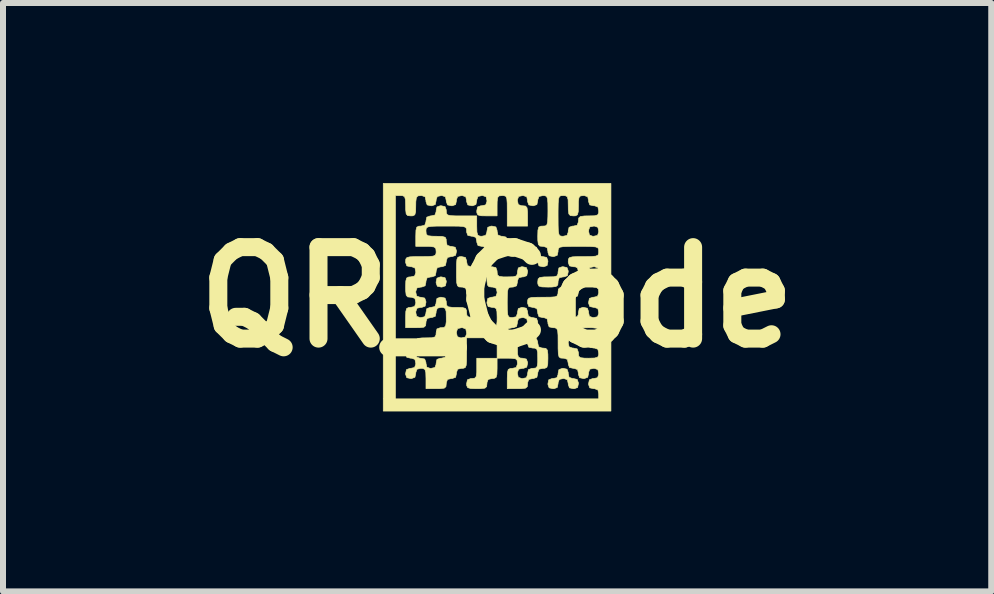
<source format=kicad_pcb>
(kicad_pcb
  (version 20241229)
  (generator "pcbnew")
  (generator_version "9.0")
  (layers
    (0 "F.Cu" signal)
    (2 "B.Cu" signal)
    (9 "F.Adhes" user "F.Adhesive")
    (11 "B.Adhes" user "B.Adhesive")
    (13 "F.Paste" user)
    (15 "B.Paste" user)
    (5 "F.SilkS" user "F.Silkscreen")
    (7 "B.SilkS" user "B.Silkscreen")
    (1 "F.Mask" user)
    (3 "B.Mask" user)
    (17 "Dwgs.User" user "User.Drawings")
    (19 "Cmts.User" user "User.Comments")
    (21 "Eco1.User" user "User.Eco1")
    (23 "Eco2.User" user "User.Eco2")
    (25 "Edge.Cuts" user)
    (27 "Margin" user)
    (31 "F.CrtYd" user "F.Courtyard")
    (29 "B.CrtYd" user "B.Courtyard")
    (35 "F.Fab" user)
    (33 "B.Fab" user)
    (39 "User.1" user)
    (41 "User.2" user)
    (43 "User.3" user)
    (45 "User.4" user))
  (footprint "QR_Code"
    (layer "F.Cu")
    (at 5.232 1.902)
    (property "Reference" "QR_Code" (at 0 0 0) (layer "F.SilkS") (effects (font (size 1.524 1.524) (thickness 0.3))))
    (attr through_hole)
    (fp_poly (pts (xy -0.867 -0.325) (xy -0.847 -0.27) (xy -0.847 -0.254) (xy -0.861 -0.19) (xy -0.916 -0.17) (xy -0.931 -0.169) (xy -0.996 -0.183) (xy -1.016 -0.238) (xy -1.016 -0.254) (xy -1.002 -0.318) (xy -0.947 -0.338) (xy -0.931 -0.339) (xy -0.867 -0.325)) (stroke (width 0.01) (type solid)) (fill yes) (layer "F.SilkS"))
    (fp_poly (pts (xy 0.657 -0.833) (xy 0.677 -0.778) (xy 0.677 -0.762) (xy 0.691 -0.698) (xy 0.746 -0.678) (xy 0.762 -0.677) (xy 0.826 -0.663) (xy 0.846 -0.608) (xy 0.847 -0.593) (xy 0.833 -0.528) (xy 0.778 -0.508) (xy 0.762 -0.508) (xy 0.698 -0.522) (xy 0.678 -0.577) (xy 0.677 -0.593) (xy 0.663 -0.657) (xy 0.608 -0.677) (xy 0.593 -0.677) (xy 0.528 -0.691) (xy 0.508 -0.746) (xy 0.508 -0.762) (xy 0.522 -0.826) (xy 0.577 -0.846) (xy 0.593 -0.847) (xy 0.657 -0.833)) (stroke (width 0.01) (type solid)) (fill yes) (layer "F.SilkS"))
    (fp_poly (pts (xy 0 1.185) (xy -0.003 1.286) (xy -0.017 1.336) (xy -0.051 1.353) (xy -0.085 1.355) (xy -0.149 1.369) (xy -0.169 1.424) (xy -0.169 1.439) (xy -0.175 1.49) (xy -0.203 1.515) (xy -0.271 1.523) (xy -0.339 1.524) (xy -0.439 1.521) (xy -0.489 1.507) (xy -0.506 1.473) (xy -0.508 1.439) (xy -0.494 1.375) (xy -0.439 1.355) (xy -0.423 1.355) (xy -0.373 1.349) (xy -0.348 1.321) (xy -0.339 1.253) (xy -0.339 1.185) (xy -0.339 1.016) (xy 0 1.016) (xy 0 1.185)) (stroke (width 0.01) (type solid)) (fill yes) (layer "F.SilkS"))
    (fp_poly (pts (xy 1.165 -0.494) (xy 1.185 -0.439) (xy 1.185 -0.423) (xy 1.171 -0.359) (xy 1.116 -0.339) (xy 1.101 -0.339) (xy 1.036 -0.325) (xy 1.016 -0.27) (xy 1.016 -0.254) (xy 1.011 -0.204) (xy 0.982 -0.179) (xy 0.915 -0.17) (xy 0.847 -0.169) (xy 0.746 -0.172) (xy 0.696 -0.186) (xy 0.679 -0.22) (xy 0.677 -0.254) (xy 0.683 -0.304) (xy 0.711 -0.329) (xy 0.779 -0.338) (xy 0.847 -0.339) (xy 0.947 -0.341) (xy 0.997 -0.355) (xy 1.014 -0.389) (xy 1.016 -0.423) (xy 1.03 -0.488) (xy 1.085 -0.508) (xy 1.101 -0.508) (xy 1.165 -0.494)) (stroke (width 0.01) (type solid)) (fill yes) (layer "F.SilkS"))
    (fp_poly (pts (xy -0.528 -0.663) (xy -0.508 -0.608) (xy -0.508 -0.593) (xy -0.494 -0.528) (xy -0.439 -0.508) (xy -0.423 -0.508) (xy -0.38 -0.505) (xy -0.355 -0.486) (xy -0.343 -0.437) (xy -0.339 -0.343) (xy -0.339 -0.254) (xy -0.34 -0.125) (xy -0.346 -0.049) (xy -0.362 -0.013) (xy -0.394 -0.001) (xy -0.423 0) (xy -0.488 -0.014) (xy -0.508 -0.069) (xy -0.508 -0.085) (xy -0.522 -0.149) (xy -0.577 -0.169) (xy -0.593 -0.169) (xy -0.636 -0.172) (xy -0.661 -0.192) (xy -0.673 -0.241) (xy -0.677 -0.334) (xy -0.677 -0.423) (xy -0.676 -0.553) (xy -0.67 -0.628) (xy -0.654 -0.665) (xy -0.622 -0.676) (xy -0.593 -0.677) (xy -0.528 -0.663)) (stroke (width 0.01) (type solid)) (fill yes) (layer "F.SilkS"))
    (fp_poly (pts (xy 1.165 1.199) (xy 1.185 1.254) (xy 1.185 1.27) (xy 1.199 1.334) (xy 1.254 1.354) (xy 1.27 1.355) (xy 1.334 1.369) (xy 1.354 1.424) (xy 1.355 1.439) (xy 1.341 1.504) (xy 1.286 1.524) (xy 1.27 1.524) (xy 1.206 1.51) (xy 1.186 1.455) (xy 1.185 1.439) (xy 1.171 1.375) (xy 1.116 1.355) (xy 1.101 1.355) (xy 1.036 1.369) (xy 1.016 1.424) (xy 1.016 1.439) (xy 1.002 1.504) (xy 0.947 1.524) (xy 0.931 1.524) (xy 0.867 1.51) (xy 0.847 1.455) (xy 0.847 1.439) (xy 0.861 1.375) (xy 0.916 1.355) (xy 0.931 1.355) (xy 0.996 1.341) (xy 1.016 1.286) (xy 1.016 1.27) (xy 1.03 1.206) (xy 1.085 1.186) (xy 1.101 1.185) (xy 1.165 1.199)) (stroke (width 0.01) (type solid)) (fill yes) (layer "F.SilkS"))
    (fp_poly (pts (xy 1.897 1.897) (xy -1.897 1.897) (xy -1.897 -1.693) (xy -1.693 -1.693) (xy -1.693 1.693) (xy 1.693 1.693) (xy 1.693 1.609) (xy 1.679 1.544) (xy 1.624 1.524) (xy 1.609 1.524) (xy 1.544 1.51) (xy 1.524 1.455) (xy 1.524 1.439) (xy 1.538 1.375) (xy 1.593 1.355) (xy 1.609 1.355) (xy 1.673 1.341) (xy 1.693 1.286) (xy 1.693 1.27) (xy 1.679 1.206) (xy 1.624 1.186) (xy 1.609 1.185) (xy 1.544 1.199) (xy 1.524 1.254) (xy 1.524 1.27) (xy 1.51 1.334) (xy 1.455 1.354) (xy 1.439 1.355) (xy 1.375 1.341) (xy 1.355 1.286) (xy 1.355 1.27) (xy 1.341 1.206) (xy 1.286 1.186) (xy 1.27 1.185) (xy 1.206 1.171) (xy 1.186 1.116) (xy 1.185 1.101) (xy 1.171 1.036) (xy 1.116 1.016) (xy 1.101 1.016) (xy 1.058 1.013) (xy 1.032 0.994) (xy 1.02 0.945) (xy 1.016 0.851) (xy 1.016 0.762) (xy 1.185 0.762) (xy 1.199 0.826) (xy 1.254 0.846) (xy 1.27 0.847) (xy 1.334 0.861) (xy 1.354 0.916) (xy 1.355 0.931) (xy 1.36 0.982) (xy 1.388 1.007) (xy 1.456 1.015) (xy 1.524 1.016) (xy 1.624 1.013) (xy 1.675 0.999) (xy 1.692 0.965) (xy 1.693 0.931) (xy 1.679 0.867) (xy 1.624 0.847) (xy 1.609 0.847) (xy 1.544 0.833) (xy 1.524 0.778) (xy 1.524 0.762) (xy 1.538 0.698) (xy 1.593 0.678) (xy 1.609 0.677) (xy 1.673 0.663) (xy 1.693 0.608) (xy 1.693 0.593) (xy 1.688 0.542) (xy 1.66 0.517) (xy 1.592 0.509) (xy 1.524 0.508) (xy 1.424 0.511) (xy 1.373 0.525) (xy 1.356 0.559) (xy 1.355 0.593) (xy 1.341 0.657) (xy 1.286 0.677) (xy 1.27 0.677) (xy 1.206 0.691) (xy 1.186 0.746) (xy 1.185 0.762) (xy 1.016 0.762) (xy 1.015 0.633) (xy 1.009 0.557) (xy 0.992 0.521) (xy 0.961 0.509) (xy 0.931 0.508) (xy 0.867 0.494) (xy 0.847 0.439) (xy 0.847 0.423) (xy 0.833 0.359) (xy 0.778 0.339) (xy 0.762 0.339) (xy 0.698 0.325) (xy 0.678 0.27) (xy 0.677 0.254) (xy 0.663 0.19) (xy 0.608 0.17) (xy 0.593 0.169) (xy 0.528 0.155) (xy 0.508 0.1) (xy 0.508 0.085) (xy 0.511 0.042) (xy 0.53 0.016) (xy 0.579 0.004) (xy 0.673 0.000311) (xy 0.762 0) (xy 0.891 -0.001) (xy 0.967 -0.007) (xy 1.003 -0.024) (xy 1.015 -0.055) (xy 1.016 -0.085) (xy 1.021 -0.135) (xy 1.05 -0.16) (xy 1.117 -0.169) (xy 1.185 -0.169) (xy 1.286 -0.167) (xy 1.336 -0.153) (xy 1.353 -0.119) (xy 1.355 -0.085) (xy 1.341 -0.02) (xy 1.286 -0.000358) (xy 1.27 0) (xy 1.206 0.014) (xy 1.186 0.069) (xy 1.185 0.085) (xy 1.171 0.149) (xy 1.116 0.169) (xy 1.101 0.169) (xy 1.036 0.183) (xy 1.016 0.238) (xy 1.016 0.254) (xy 1.021 0.304) (xy 1.05 0.329) (xy 1.117 0.338) (xy 1.185 0.339) (xy 1.286 0.336) (xy 1.336 0.322) (xy 1.353 0.288) (xy 1.355 0.254) (xy 1.369 0.19) (xy 1.424 0.17) (xy 1.439 0.169) (xy 1.504 0.183) (xy 1.524 0.238) (xy 1.524 0.254) (xy 1.538 0.318) (xy 1.593 0.338) (xy 1.609 0.339) (xy 1.673 0.325) (xy 1.693 0.27) (xy 1.693 0.254) (xy 1.679 0.19) (xy 1.624 0.17) (xy 1.609 0.169) (xy 1.544 0.155) (xy 1.524 0.1) (xy 1.524 0.085) (xy 1.538 0.02) (xy 1.593 0.000357) (xy 1.609 0) (xy 1.673 -0.014) (xy 1.693 -0.069) (xy 1.693 -0.085) (xy 1.688 -0.135) (xy 1.66 -0.16) (xy 1.592 -0.169) (xy 1.524 -0.169) (xy 1.355 -0.169) (xy 1.355 -0.339) (xy 1.352 -0.423) (xy 1.524 -0.423) (xy 1.538 -0.359) (xy 1.593 -0.339) (xy 1.609 -0.339) (xy 1.673 -0.353) (xy 1.693 -0.408) (xy 1.693 -0.423) (xy 1.679 -0.488) (xy 1.624 -0.508) (xy 1.609 -0.508) (xy 1.544 -0.494) (xy 1.524 -0.439) (xy 1.524 -0.423) (xy 1.352 -0.423) (xy 1.352 -0.439) (xy 1.338 -0.489) (xy 1.304 -0.506) (xy 1.27 -0.508) (xy 1.206 -0.522) (xy 1.186 -0.577) (xy 1.185 -0.593) (xy 1.188 -0.636) (xy 1.208 -0.661) (xy 1.257 -0.673) (xy 1.35 -0.677) (xy 1.439 -0.677) (xy 1.569 -0.678) (xy 1.644 -0.685) (xy 1.681 -0.701) (xy 1.692 -0.732) (xy 1.693 -0.762) (xy 1.691 -0.8) (xy 1.677 -0.825) (xy 1.638 -0.839) (xy 1.561 -0.845) (xy 1.436 -0.847) (xy 1.355 -0.847) (xy 1.201 -0.846) (xy 1.103 -0.843) (xy 1.047 -0.833) (xy 1.023 -0.814) (xy 1.016 -0.782) (xy 1.016 -0.762) (xy 1.002 -0.698) (xy 0.947 -0.678) (xy 0.931 -0.677) (xy 0.867 -0.691) (xy 0.847 -0.746) (xy 0.847 -0.762) (xy 0.833 -0.826) (xy 0.778 -0.846) (xy 0.762 -0.847) (xy 0.712 -0.852) (xy 0.687 -0.88) (xy 0.678 -0.948) (xy 0.677 -1.016) (xy 0.68 -1.116) (xy 0.694 -1.167) (xy 0.728 -1.184) (xy 0.762 -1.185) (xy 0.805 -1.188) (xy 0.83 -1.208) (xy 0.842 -1.257) (xy 0.846 -1.35) (xy 0.846 -1.355) (xy 1.016 -1.355) (xy 1.017 -1.201) (xy 1.02 -1.103) (xy 1.03 -1.047) (xy 1.049 -1.023) (xy 1.08 -1.016) (xy 1.101 -1.016) (xy 1.165 -1.03) (xy 1.185 -1.085) (xy 1.185 -1.101) (xy 1.524 -1.101) (xy 1.538 -1.036) (xy 1.593 -1.016) (xy 1.609 -1.016) (xy 1.673 -1.03) (xy 1.693 -1.085) (xy 1.693 -1.101) (xy 1.679 -1.165) (xy 1.624 -1.185) (xy 1.609 -1.185) (xy 1.544 -1.171) (xy 1.524 -1.116) (xy 1.524 -1.101) (xy 1.185 -1.101) (xy 1.199 -1.165) (xy 1.254 -1.185) (xy 1.27 -1.185) (xy 1.334 -1.199) (xy 1.354 -1.254) (xy 1.355 -1.27) (xy 1.36 -1.32) (xy 1.388 -1.345) (xy 1.456 -1.354) (xy 1.524 -1.355) (xy 1.624 -1.357) (xy 1.675 -1.371) (xy 1.692 -1.405) (xy 1.693 -1.439) (xy 1.679 -1.504) (xy 1.624 -1.524) (xy 1.609 -1.524) (xy 1.544 -1.538) (xy 1.524 -1.593) (xy 1.524 -1.609) (xy 1.51 -1.673) (xy 1.455 -1.693) (xy 1.439 -1.693) (xy 1.389 -1.688) (xy 1.364 -1.66) (xy 1.355 -1.592) (xy 1.355 -1.524) (xy 1.352 -1.424) (xy 1.338 -1.373) (xy 1.304 -1.356) (xy 1.27 -1.355) (xy 1.22 -1.36) (xy 1.195 -1.388) (xy 1.186 -1.456) (xy 1.185 -1.524) (xy 1.183 -1.624) (xy 1.169 -1.675) (xy 1.135 -1.692) (xy 1.101 -1.693) (xy 1.062 -1.691) (xy 1.038 -1.677) (xy 1.024 -1.638) (xy 1.018 -1.561) (xy 1.016 -1.436) (xy 1.016 -1.355) (xy 0.846 -1.355) (xy 0.847 -1.439) (xy 0.846 -1.569) (xy 0.839 -1.644) (xy 0.823 -1.681) (xy 0.792 -1.692) (xy 0.762 -1.693) (xy 0.698 -1.679) (xy 0.678 -1.624) (xy 0.677 -1.609) (xy 0.663 -1.544) (xy 0.608 -1.524) (xy 0.593 -1.524) (xy 0.528 -1.538) (xy 0.508 -1.593) (xy 0.508 -1.609) (xy 0.494 -1.673) (xy 0.439 -1.693) (xy 0.423 -1.693) (xy 0.359 -1.679) (xy 0.339 -1.624) (xy 0.339 -1.609) (xy 0.353 -1.544) (xy 0.408 -1.524) (xy 0.423 -1.524) (xy 0.474 -1.519) (xy 0.499 -1.49) (xy 0.507 -1.423) (xy 0.508 -1.355) (xy 0.508 -1.185) (xy 0.169 -1.185) (xy 0.169 -1.439) (xy 0.168 -1.569) (xy 0.162 -1.644) (xy 0.146 -1.681) (xy 0.114 -1.692) (xy 0.085 -1.693) (xy 0.034 -1.688) (xy 0.009 -1.66) (xy 0.001 -1.592) (xy 0 -1.524) (xy 0 -1.355) (xy -0.169 -1.355) (xy -0.27 -1.357) (xy -0.32 -1.371) (xy -0.337 -1.405) (xy -0.339 -1.439) (xy -0.325 -1.504) (xy -0.27 -1.524) (xy -0.254 -1.524) (xy -0.19 -1.538) (xy -0.17 -1.593) (xy -0.169 -1.609) (xy -0.183 -1.673) (xy -0.238 -1.693) (xy -0.254 -1.693) (xy -0.318 -1.679) (xy -0.338 -1.624) (xy -0.339 -1.609) (xy -0.353 -1.544) (xy -0.408 -1.524) (xy -0.423 -1.524) (xy -0.488 -1.538) (xy -0.508 -1.593) (xy -0.508 -1.609) (xy -0.522 -1.673) (xy -0.577 -1.693) (xy -0.593 -1.693) (xy -0.657 -1.679) (xy -0.677 -1.624) (xy -0.677 -1.609) (xy -0.691 -1.544) (xy -0.746 -1.524) (xy -0.762 -1.524) (xy -0.826 -1.538) (xy -0.846 -1.593) (xy -0.847 -1.609) (xy -0.861 -1.673) (xy -0.916 -1.693) (xy -0.931 -1.693) (xy -0.996 -1.679) (xy -1.016 -1.624) (xy -1.016 -1.609) (xy -1.03 -1.544) (xy -1.085 -1.524) (xy -1.101 -1.524) (xy -1.165 -1.538) (xy -1.185 -1.593) (xy -1.185 -1.609) (xy -1.199 -1.673) (xy -1.254 -1.693) (xy -1.27 -1.693) (xy -1.32 -1.688) (xy -1.345 -1.66) (xy -1.354 -1.592) (xy -1.355 -1.524) (xy -1.357 -1.424) (xy -1.371 -1.373) (xy -1.405 -1.356) (xy -1.439 -1.355) (xy -1.49 -1.36) (xy -1.515 -1.388) (xy -1.523 -1.456) (xy -1.524 -1.524) (xy -1.527 -1.624) (xy -1.541 -1.675) (xy -1.575 -1.692) (xy -1.609 -1.693) (xy -1.693 -1.693) (xy -1.897 -1.693) (xy -1.897 -1.897) (xy 1.897 -1.897) (xy 1.897 1.897)) (stroke (width 0.01) (type solid)) (fill yes) (layer "F.SilkS"))
    (fp_poly (pts (xy 0 0.677) (xy -0.508 0.677) (xy -0.508 0.931) (xy -0.509 1.061) (xy -0.515 1.136) (xy -0.532 1.173) (xy -0.563 1.184) (xy -0.593 1.185) (xy -0.657 1.199) (xy -0.677 1.254) (xy -0.677 1.27) (xy -0.691 1.334) (xy -0.746 1.354) (xy -0.762 1.355) (xy -0.826 1.369) (xy -0.846 1.424) (xy -0.847 1.439) (xy -0.852 1.49) (xy -0.88 1.515) (xy -0.948 1.523) (xy -1.016 1.524) (xy -1.185 1.524) (xy -1.185 1.355) (xy -1.188 1.254) (xy -1.202 1.204) (xy -1.236 1.187) (xy -1.27 1.185) (xy -1.334 1.199) (xy -1.354 1.254) (xy -1.355 1.27) (xy -1.369 1.334) (xy -1.424 1.354) (xy -1.439 1.355) (xy -1.504 1.341) (xy -1.524 1.286) (xy -1.524 1.27) (xy -1.51 1.206) (xy -1.455 1.186) (xy -1.439 1.185) (xy -1.375 1.171) (xy -1.355 1.116) (xy -1.355 1.101) (xy -1.369 1.036) (xy -1.424 1.016) (xy -1.439 1.016) (xy -1.504 1.002) (xy -1.524 0.947) (xy -1.524 0.931) (xy -1.355 0.931) (xy -1.341 0.996) (xy -1.286 1.016) (xy -1.27 1.016) (xy -1.206 1.03) (xy -1.186 1.085) (xy -1.185 1.101) (xy -1.171 1.165) (xy -1.116 1.185) (xy -1.101 1.185) (xy -1.036 1.171) (xy -1.016 1.116) (xy -1.016 1.101) (xy -1.002 1.036) (xy -0.947 1.016) (xy -0.931 1.016) (xy -0.867 1.002) (xy -0.847 0.947) (xy -0.847 0.931) (xy -0.85 0.888) (xy -0.869 0.863) (xy -0.918 0.851) (xy -1.011 0.847) (xy -1.101 0.847) (xy -1.23 0.848) (xy -1.306 0.854) (xy -1.342 0.87) (xy -1.354 0.902) (xy -1.355 0.931) (xy -1.524 0.931) (xy -1.51 0.867) (xy -1.455 0.847) (xy -1.439 0.847) (xy -1.375 0.833) (xy -1.355 0.778) (xy -1.355 0.762) (xy -1.349 0.712) (xy -1.321 0.687) (xy -1.253 0.678) (xy -1.185 0.677) (xy -1.085 0.675) (xy -1.035 0.661) (xy -1.018 0.627) (xy -1.016 0.593) (xy -0.677 0.593) (xy -0.663 0.657) (xy -0.608 0.677) (xy -0.593 0.677) (xy -0.528 0.663) (xy -0.508 0.608) (xy -0.508 0.593) (xy 0.169 0.593) (xy 0.183 0.657) (xy 0.238 0.677) (xy 0.254 0.677) (xy 0.304 0.683) (xy 0.329 0.711) (xy 0.338 0.779) (xy 0.339 0.847) (xy 0.341 0.947) (xy 0.355 0.997) (xy 0.389 1.014) (xy 0.423 1.016) (xy 0.488 1.03) (xy 0.508 1.085) (xy 0.508 1.101) (xy 0.494 1.165) (xy 0.439 1.185) (xy 0.423 1.185) (xy 0.359 1.199) (xy 0.339 1.254) (xy 0.339 1.27) (xy 0.353 1.334) (xy 0.408 1.354) (xy 0.423 1.355) (xy 0.488 1.341) (xy 0.508 1.286) (xy 0.508 1.27) (xy 0.522 1.206) (xy 0.577 1.186) (xy 0.593 1.185) (xy 0.643 1.18) (xy 0.668 1.152) (xy 0.677 1.084) (xy 0.677 1.016) (xy 0.675 0.916) (xy 0.661 0.865) (xy 0.627 0.848) (xy 0.593 0.847) (xy 0.528 0.833) (xy 0.508 0.778) (xy 0.508 0.762) (xy 0.494 0.698) (xy 0.439 0.678) (xy 0.423 0.677) (xy 0.359 0.663) (xy 0.339 0.608) (xy 0.339 0.593) (xy 0.353 0.528) (xy 0.408 0.508) (xy 0.423 0.508) (xy 0.488 0.494) (xy 0.508 0.439) (xy 0.508 0.423) (xy 0.494 0.359) (xy 0.439 0.339) (xy 0.423 0.339) (xy 0.359 0.353) (xy 0.339 0.408) (xy 0.339 0.423) (xy 0.325 0.488) (xy 0.27 0.508) (xy 0.254 0.508) (xy 0.19 0.522) (xy 0.17 0.577) (xy 0.169 0.593) (xy -0.508 0.593) (xy -0.522 0.528) (xy -0.577 0.508) (xy -0.593 0.508) (xy -0.657 0.522) (xy -0.677 0.577) (xy -0.677 0.593) (xy -1.016 0.593) (xy -1.002 0.528) (xy -0.947 0.508) (xy -0.931 0.508) (xy -0.881 0.503) (xy -0.856 0.474) (xy -0.847 0.407) (xy -0.847 0.339) (xy -0.849 0.238) (xy -0.863 0.188) (xy -0.897 0.171) (xy -0.931 0.169) (xy -0.996 0.183) (xy -1.016 0.238) (xy -1.016 0.254) (xy -1.03 0.318) (xy -1.085 0.338) (xy -1.101 0.339) (xy -1.165 0.353) (xy -1.185 0.408) (xy -1.185 0.423) (xy -1.191 0.474) (xy -1.219 0.499) (xy -1.287 0.507) (xy -1.355 0.508) (xy -1.524 0.508) (xy -1.524 0.339) (xy -1.521 0.238) (xy -1.507 0.188) (xy -1.473 0.171) (xy -1.439 0.169) (xy -1.375 0.155) (xy -1.355 0.1) (xy -1.355 0.085) (xy -1.369 0.02) (xy -1.424 0.000357) (xy -1.439 0) (xy -1.49 -0.005) (xy -1.515 -0.034) (xy -1.521 -0.085) (xy -1.355 -0.085) (xy -1.341 -0.02) (xy -1.286 -0.000358) (xy -1.27 0) (xy -1.206 0.014) (xy -1.186 0.069) (xy -1.185 0.085) (xy -1.199 0.149) (xy -1.254 0.169) (xy -1.27 0.169) (xy -1.334 0.183) (xy -1.354 0.238) (xy -1.355 0.254) (xy -1.341 0.318) (xy -1.286 0.338) (xy -1.27 0.339) (xy -1.206 0.325) (xy -1.186 0.27) (xy -1.185 0.254) (xy -1.171 0.19) (xy -1.116 0.17) (xy -1.101 0.169) (xy -1.036 0.155) (xy -1.016 0.1) (xy -1.016 0.085) (xy -1.002 0.02) (xy -0.947 0.000357) (xy -0.931 0) (xy -0.867 0.014) (xy -0.847 0.069) (xy -0.847 0.085) (xy -0.841 0.135) (xy -0.813 0.16) (xy -0.745 0.169) (xy -0.677 0.169) (xy -0.577 0.172) (xy -0.527 0.186) (xy -0.51 0.22) (xy -0.508 0.254) (xy -0.503 0.304) (xy -0.474 0.329) (xy -0.407 0.338) (xy -0.339 0.339) (xy -0.238 0.341) (xy -0.188 0.355) (xy -0.171 0.389) (xy -0.169 0.423) (xy -0.155 0.488) (xy -0.1 0.508) (xy -0.085 0.508) (xy -0.034 0.503) (xy -0.009 0.474) (xy -0.001 0.407) (xy 0 0.339) (xy -0.003 0.238) (xy -0.017 0.188) (xy -0.051 0.171) (xy -0.085 0.169) (xy -0.149 0.155) (xy -0.169 0.1) (xy -0.169 0.085) (xy -0.155 0.02) (xy -0.1 0.000357) (xy -0.085 0) (xy -0.02 -0.014) (xy -0.000358 -0.069) (xy 0 -0.085) (xy -0.014 -0.149) (xy -0.069 -0.169) (xy -0.085 -0.169) (xy -0.135 -0.175) (xy -0.16 -0.203) (xy -0.169 -0.271) (xy -0.169 -0.339) (xy -0.172 -0.439) (xy -0.186 -0.489) (xy -0.22 -0.506) (xy -0.254 -0.508) (xy -0.318 -0.522) (xy -0.338 -0.577) (xy -0.339 -0.593) (xy -0.325 -0.657) (xy -0.27 -0.677) (xy -0.254 -0.677) (xy -0.19 -0.691) (xy -0.17 -0.746) (xy -0.169 -0.762) (xy -0.183 -0.826) (xy -0.238 -0.846) (xy -0.254 -0.847) (xy -0.318 -0.861) (xy -0.338 -0.916) (xy -0.339 -0.931) (xy -0.353 -0.996) (xy -0.408 -1.016) (xy -0.423 -1.016) (xy -0.488 -1.03) (xy -0.508 -1.085) (xy -0.508 -1.101) (xy -0.51 -1.139) (xy -0.524 -1.164) (xy -0.564 -1.178) (xy -0.64 -1.184) (xy -0.766 -1.185) (xy -0.847 -1.185) (xy -1 -1.185) (xy -1.099 -1.181) (xy -1.154 -1.171) (xy -1.179 -1.152) (xy -1.185 -1.121) (xy -1.185 -1.101) (xy -1.18 -1.05) (xy -1.152 -1.025) (xy -1.084 -1.017) (xy -1.016 -1.016) (xy -0.916 -1.013) (xy -0.865 -0.999) (xy -0.848 -0.965) (xy -0.847 -0.931) (xy -0.833 -0.867) (xy -0.778 -0.847) (xy -0.762 -0.847) (xy -0.698 -0.833) (xy -0.678 -0.778) (xy -0.677 -0.762) (xy -0.691 -0.698) (xy -0.746 -0.678) (xy -0.762 -0.677) (xy -0.826 -0.663) (xy -0.846 -0.608) (xy -0.847 -0.593) (xy -0.861 -0.528) (xy -0.916 -0.508) (xy -0.931 -0.508) (xy -0.996 -0.494) (xy -1.016 -0.439) (xy -1.016 -0.423) (xy -1.03 -0.359) (xy -1.085 -0.339) (xy -1.101 -0.339) (xy -1.165 -0.325) (xy -1.185 -0.27) (xy -1.185 -0.254) (xy -1.199 -0.19) (xy -1.254 -0.17) (xy -1.27 -0.169) (xy -1.334 -0.155) (xy -1.354 -0.1) (xy -1.355 -0.085) (xy -1.521 -0.085) (xy -1.523 -0.101) (xy -1.524 -0.169) (xy -1.521 -0.27) (xy -1.507 -0.32) (xy -1.473 -0.337) (xy -1.439 -0.339) (xy -1.375 -0.353) (xy -1.355 -0.408) (xy -1.355 -0.423) (xy -1.369 -0.488) (xy -1.424 -0.508) (xy -1.439 -0.508) (xy -1.504 -0.522) (xy -1.524 -0.577) (xy -1.524 -0.593) (xy -1.521 -0.636) (xy -1.502 -0.661) (xy -1.453 -0.673) (xy -1.359 -0.677) (xy -1.27 -0.677) (xy -1.141 -0.678) (xy -1.065 -0.685) (xy -1.029 -0.701) (xy -1.017 -0.732) (xy -1.016 -0.762) (xy -1.021 -0.812) (xy -1.05 -0.837) (xy -1.117 -0.846) (xy -1.185 -0.847) (xy -1.355 -0.847) (xy -1.355 -1.016) (xy -1.352 -1.116) (xy -1.338 -1.167) (xy -1.304 -1.184) (xy -1.27 -1.185) (xy -1.206 -1.199) (xy -1.186 -1.254) (xy -1.185 -1.27) (xy -1.171 -1.334) (xy -1.116 -1.354) (xy -1.101 -1.355) (xy -1.036 -1.369) (xy -1.016 -1.424) (xy -1.016 -1.439) (xy -1.002 -1.504) (xy -0.947 -1.524) (xy -0.931 -1.524) (xy -0.867 -1.51) (xy -0.847 -1.455) (xy -0.847 -1.439) (xy -0.844 -1.396) (xy -0.824 -1.371) (xy -0.775 -1.359) (xy -0.682 -1.355) (xy -0.593 -1.355) (xy -0.339 -1.355) (xy -0.339 -1.185) (xy -0.336 -1.085) (xy -0.322 -1.035) (xy -0.288 -1.018) (xy -0.254 -1.016) (xy -0.19 -1.03) (xy -0.17 -1.085) (xy -0.169 -1.101) (xy -0.155 -1.165) (xy -0.1 -1.185) (xy -0.085 -1.185) (xy -0.02 -1.171) (xy -0.000358 -1.116) (xy 0 -1.101) (xy 0.014 -1.036) (xy 0.069 -1.016) (xy 0.085 -1.016) (xy 0.149 -1.002) (xy 0.169 -0.947) (xy 0.169 -0.931) (xy 0.183 -0.867) (xy 0.238 -0.847) (xy 0.254 -0.847) (xy 0.318 -0.833) (xy 0.338 -0.778) (xy 0.339 -0.762) (xy 0.325 -0.698) (xy 0.27 -0.678) (xy 0.254 -0.677) (xy 0.19 -0.691) (xy 0.17 -0.746) (xy 0.169 -0.762) (xy 0.155 -0.826) (xy 0.1 -0.846) (xy 0.085 -0.847) (xy 0.02 -0.833) (xy 0.000357 -0.778) (xy 0 -0.762) (xy -0.014 -0.698) (xy -0.069 -0.678) (xy -0.085 -0.677) (xy -0.149 -0.663) (xy -0.169 -0.608) (xy -0.169 -0.593) (xy -0.155 -0.528) (xy -0.1 -0.508) (xy -0.085 -0.508) (xy -0.02 -0.494) (xy -0.000358 -0.439) (xy 0 -0.423) (xy 0.005 -0.373) (xy 0.034 -0.348) (xy 0.101 -0.339) (xy 0.169 -0.339) (xy 0.27 -0.341) (xy 0.32 -0.355) (xy 0.337 -0.389) (xy 0.339 -0.423) (xy 0.353 -0.488) (xy 0.408 -0.508) (xy 0.423 -0.508) (xy 0.488 -0.494) (xy 0.508 -0.439) (xy 0.508 -0.423) (xy 0.494 -0.359) (xy 0.439 -0.339) (xy 0.423 -0.339) (xy 0.359 -0.325) (xy 0.339 -0.27) (xy 0.339 -0.254) (xy 0.325 -0.19) (xy 0.27 -0.17) (xy 0.254 -0.169) (xy 0.211 -0.166) (xy 0.186 -0.147) (xy 0.174 -0.098) (xy 0.17 -0.005) (xy 0.169 0.085) (xy 0.17 0.214) (xy 0.177 0.29) (xy 0.193 0.326) (xy 0.224 0.338) (xy 0.254 0.339) (xy 0.318 0.325) (xy 0.338 0.27) (xy 0.339 0.254) (xy 0.353 0.19) (xy 0.408 0.17) (xy 0.423 0.169) (xy 0.488 0.183) (xy 0.508 0.238) (xy 0.508 0.254) (xy 0.522 0.318) (xy 0.577 0.338) (xy 0.593 0.339) (xy 0.657 0.353) (xy 0.677 0.408) (xy 0.677 0.423) (xy 0.663 0.488) (xy 0.608 0.508) (xy 0.593 0.508) (xy 0.528 0.522) (xy 0.508 0.577) (xy 0.508 0.593) (xy 0.522 0.657) (xy 0.577 0.677) (xy 0.593 0.677) (xy 0.657 0.691) (xy 0.677 0.746) (xy 0.677 0.762) (xy 0.691 0.826) (xy 0.746 0.846) (xy 0.762 0.847) (xy 0.812 0.852) (xy 0.837 0.88) (xy 0.846 0.948) (xy 0.847 1.016) (xy 0.844 1.116) (xy 0.83 1.167) (xy 0.796 1.184) (xy 0.762 1.185) (xy 0.698 1.199) (xy 0.678 1.254) (xy 0.677 1.27) (xy 0.663 1.334) (xy 0.608 1.354) (xy 0.593 1.355) (xy 0.528 1.369) (xy 0.508 1.424) (xy 0.508 1.439) (xy 0.503 1.49) (xy 0.474 1.515) (xy 0.407 1.523) (xy 0.339 1.524) (xy 0.169 1.524) (xy 0.169 1.355) (xy 0.172 1.254) (xy 0.186 1.204) (xy 0.22 1.187) (xy 0.254 1.185) (xy 0.318 1.171) (xy 0.338 1.116) (xy 0.339 1.101) (xy 0.333 1.05) (xy 0.305 1.025) (xy 0.237 1.017) (xy 0.169 1.016) (xy 0 1.016) (xy 0 0.677)) (stroke (width 0.01) (type solid)) (fill yes) (layer "F.SilkS")))
  (gr_rect
    (start -3 -3)
    (end 13.465 6.803)
    (stroke (width 0.1) (type default))
    (fill no)
    (layer "Edge.Cuts")))
</source>
